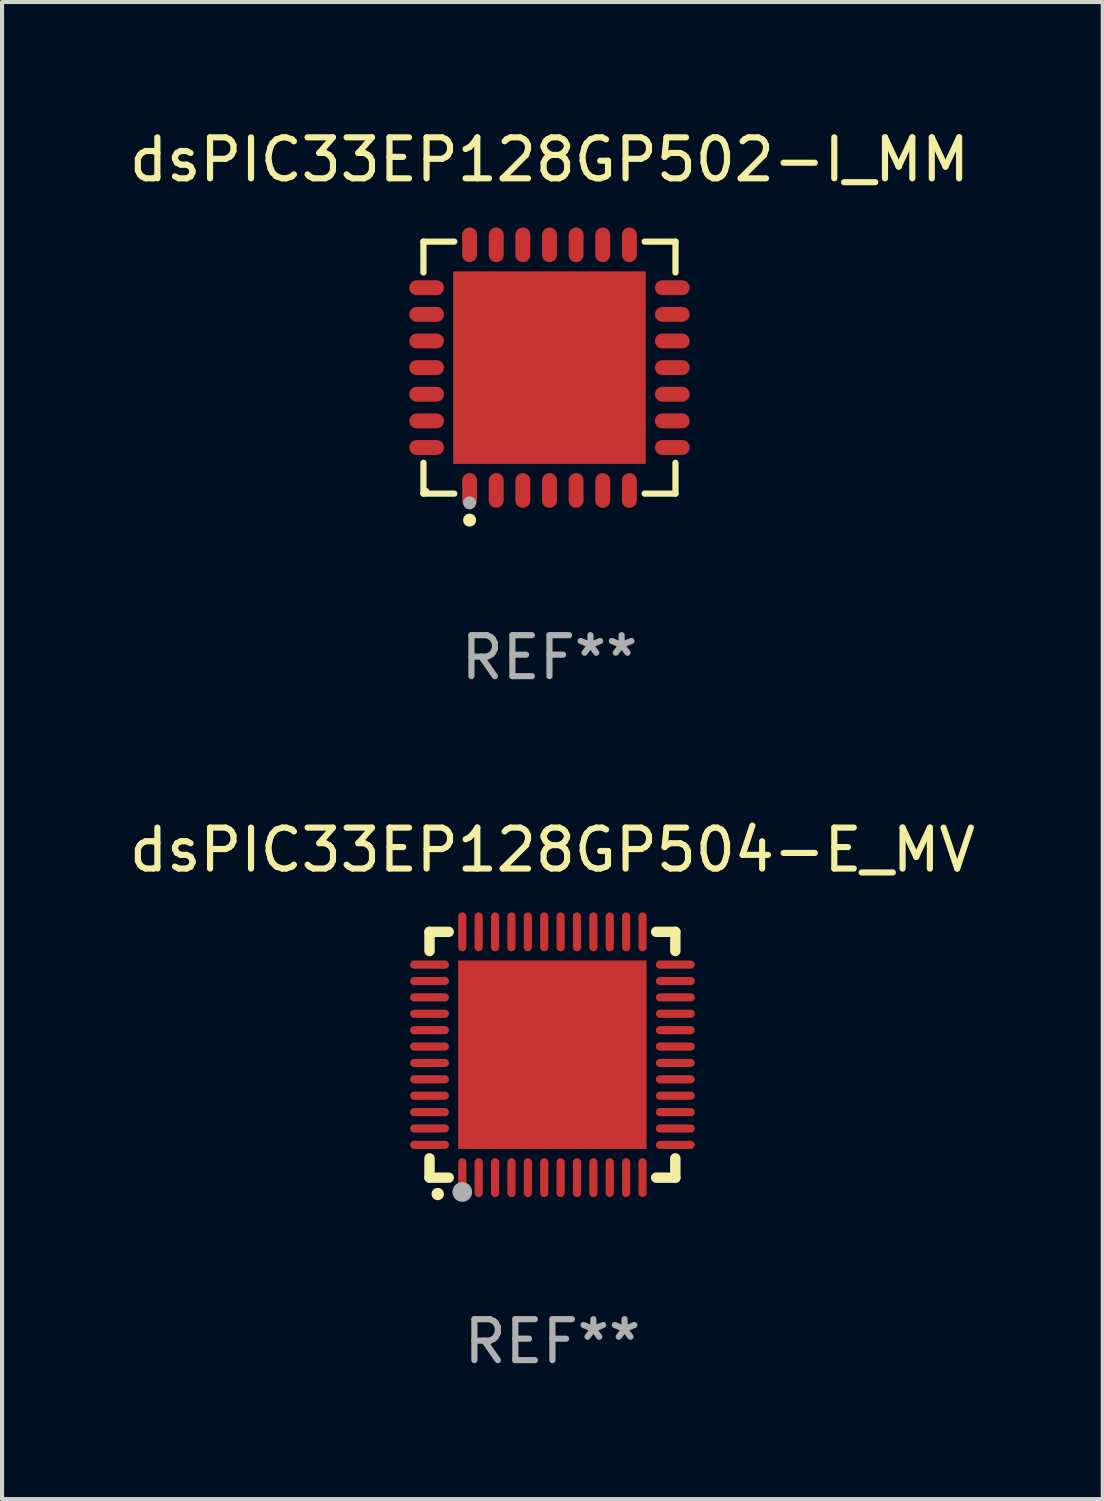
<source format=kicad_pcb>
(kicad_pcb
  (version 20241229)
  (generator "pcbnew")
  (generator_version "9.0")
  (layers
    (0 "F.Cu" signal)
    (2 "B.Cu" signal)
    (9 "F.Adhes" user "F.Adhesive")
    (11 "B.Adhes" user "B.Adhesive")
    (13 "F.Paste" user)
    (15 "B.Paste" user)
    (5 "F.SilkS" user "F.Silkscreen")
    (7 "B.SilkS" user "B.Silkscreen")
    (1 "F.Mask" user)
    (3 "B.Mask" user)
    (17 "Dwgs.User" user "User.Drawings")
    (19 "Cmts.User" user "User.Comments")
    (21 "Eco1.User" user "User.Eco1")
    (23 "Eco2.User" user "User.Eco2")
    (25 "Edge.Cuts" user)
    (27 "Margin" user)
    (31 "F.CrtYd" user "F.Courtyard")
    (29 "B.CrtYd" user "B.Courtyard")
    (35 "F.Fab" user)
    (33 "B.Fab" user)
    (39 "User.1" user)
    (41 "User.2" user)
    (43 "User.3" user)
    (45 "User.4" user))
  (footprint "dsPIC33EP128GP502-I_MM"
    (layer "F.Cu")
    (at 10.363 5.924)
    (property "Reference" "dsPIC33EP128GP502-I_MM" (at 0 -5.076 0) (layer "F.SilkS") (effects (font (size 1 1) (thickness 0.15))))
    (attr through_hole)
    (fp_line (start -3.076 -3.076) (end -2.323 -3.076) (stroke (width 0.152) (type solid)) (layer "F.SilkS"))
    (fp_line (start -3.076 -2.323) (end -3.076 -3.076) (stroke (width 0.152) (type solid)) (layer "F.SilkS"))
    (fp_line (start -3.076 2.323) (end -3.076 3.076) (stroke (width 0.152) (type solid)) (layer "F.SilkS"))
    (fp_line (start -3.076 3.076) (end -2.323 3.076) (stroke (width 0.152) (type solid)) (layer "F.SilkS"))
    (fp_line (start 3.076 -3.076) (end 2.323 -3.076) (stroke (width 0.152) (type solid)) (layer "F.SilkS"))
    (fp_line (start 3.076 -2.323) (end 3.076 -3.076) (stroke (width 0.152) (type solid)) (layer "F.SilkS"))
    (fp_line (start 3.076 2.323) (end 3.076 3.076) (stroke (width 0.152) (type solid)) (layer "F.SilkS"))
    (fp_line (start 3.076 3.076) (end 2.323 3.076) (stroke (width 0.152) (type solid)) (layer "F.SilkS"))
    (fp_circle (center -3 3) (end -2.97 3) (stroke (width 0.06) (type solid)) (fill no) (layer "F.SilkS"))
    (fp_circle (center -1.95 3.722) (end -1.87 3.722) (stroke (width 0.16) (type solid)) (fill no) (layer "F.SilkS"))
    (fp_circle (center -1.95 3.3) (end -1.87 3.3) (stroke (width 0.16) (type solid)) (fill no) (layer "F.Fab"))
    (fp_text user "REF**" (at 0 7.076 0) (layer "F.Fab") (effects (font (size 1 1) (thickness 0.15))))
    (pad "1" smd oval (at -1.95 2.998) (size 0.364 0.847) (layers "F.Cu" "F.Mask" "F.Paste"))
    (pad "2" smd oval (at -1.3 2.998) (size 0.364 0.847) (layers "F.Cu" "F.Mask" "F.Paste"))
    (pad "3" smd oval (at -0.65 2.998) (size 0.364 0.847) (layers "F.Cu" "F.Mask" "F.Paste"))
    (pad "4" smd oval (at 0 2.998) (size 0.364 0.847) (layers "F.Cu" "F.Mask" "F.Paste"))
    (pad "5" smd oval (at 0.65 2.998) (size 0.364 0.847) (layers "F.Cu" "F.Mask" "F.Paste"))
    (pad "6" smd oval (at 1.3 2.998) (size 0.364 0.847) (layers "F.Cu" "F.Mask" "F.Paste"))
    (pad "7" smd oval (at 1.95 2.998) (size 0.364 0.847) (layers "F.Cu" "F.Mask" "F.Paste"))
    (pad "8" smd oval (at 2.998 1.95) (size 0.847 0.364) (layers "F.Cu" "F.Mask" "F.Paste"))
    (pad "9" smd oval (at 2.998 1.3) (size 0.847 0.364) (layers "F.Cu" "F.Mask" "F.Paste"))
    (pad "10" smd oval (at 2.998 0.65) (size 0.847 0.364) (layers "F.Cu" "F.Mask" "F.Paste"))
    (pad "11" smd oval (at 2.998 0) (size 0.847 0.364) (layers "F.Cu" "F.Mask" "F.Paste"))
    (pad "12" smd oval (at 2.998 -0.65) (size 0.847 0.364) (layers "F.Cu" "F.Mask" "F.Paste"))
    (pad "13" smd oval (at 2.998 -1.3) (size 0.847 0.364) (layers "F.Cu" "F.Mask" "F.Paste"))
    (pad "14" smd oval (at 2.998 -1.95) (size 0.847 0.364) (layers "F.Cu" "F.Mask" "F.Paste"))
    (pad "15" smd oval (at 1.95 -2.998) (size 0.364 0.847) (layers "F.Cu" "F.Mask" "F.Paste"))
    (pad "16" smd oval (at 1.3 -2.998) (size 0.364 0.847) (layers "F.Cu" "F.Mask" "F.Paste"))
    (pad "17" smd oval (at 0.65 -2.998) (size 0.364 0.847) (layers "F.Cu" "F.Mask" "F.Paste"))
    (pad "18" smd oval (at 0 -2.998) (size 0.364 0.847) (layers "F.Cu" "F.Mask" "F.Paste"))
    (pad "19" smd oval (at -0.65 -2.998) (size 0.364 0.847) (layers "F.Cu" "F.Mask" "F.Paste"))
    (pad "20" smd oval (at -1.3 -2.998) (size 0.364 0.847) (layers "F.Cu" "F.Mask" "F.Paste"))
    (pad "21" smd oval (at -1.95 -2.998) (size 0.364 0.847) (layers "F.Cu" "F.Mask" "F.Paste"))
    (pad "22" smd oval (at -2.998 -1.95) (size 0.847 0.364) (layers "F.Cu" "F.Mask" "F.Paste"))
    (pad "23" smd oval (at -2.998 -1.3) (size 0.847 0.364) (layers "F.Cu" "F.Mask" "F.Paste"))
    (pad "24" smd oval (at -2.998 -0.65) (size 0.847 0.364) (layers "F.Cu" "F.Mask" "F.Paste"))
    (pad "25" smd oval (at -2.998 0) (size 0.847 0.364) (layers "F.Cu" "F.Mask" "F.Paste"))
    (pad "26" smd oval (at -2.998 0.65) (size 0.847 0.364) (layers "F.Cu" "F.Mask" "F.Paste"))
    (pad "27" smd oval (at -2.998 1.3) (size 0.847 0.364) (layers "F.Cu" "F.Mask" "F.Paste"))
    (pad "28" smd oval (at -2.998 1.95) (size 0.847 0.364) (layers "F.Cu" "F.Mask" "F.Paste"))
    (pad "29" smd rect (at 0 0) (size 4.7 4.7) (layers "F.Cu" "F.Mask" "F.Paste")))
  (footprint "dsPIC33EP128GP504-E_MV"
    (layer "F.Cu")
    (at 10.435 22.697)
    (property "Reference" "dsPIC33EP128GP504-E_MV" (at 0 -5 0) (layer "F.SilkS") (effects (font (size 1 1) (thickness 0.15))))
    (attr through_hole)
    (fp_line (start -3 -3) (end -2.532 -3) (stroke (width 0.254) (type solid)) (layer "F.SilkS"))
    (fp_line (start -3 -2.532) (end -3 -3) (stroke (width 0.254) (type solid)) (layer "F.SilkS"))
    (fp_line (start -3 3) (end -3 2.529) (stroke (width 0.254) (type solid)) (layer "F.SilkS"))
    (fp_line (start -2.532 3) (end -3 3) (stroke (width 0.254) (type solid)) (layer "F.SilkS"))
    (fp_line (start 2.532 -3) (end 3 -3) (stroke (width 0.254) (type solid)) (layer "F.SilkS"))
    (fp_line (start 3 -3) (end 3 -2.532) (stroke (width 0.254) (type solid)) (layer "F.SilkS"))
    (fp_line (start 3 2.529) (end 3 3) (stroke (width 0.254) (type solid)) (layer "F.SilkS"))
    (fp_line (start 3 3) (end 2.532 3) (stroke (width 0.254) (type solid)) (layer "F.SilkS"))
    (fp_arc (start -2.801295 3.400025) (mid -2.800025 3.40002) (end -2.798755 3.400025) (stroke (width 0.3) (type solid)) (layer "F.SilkS"))
    (fp_circle (center -3 3) (end -2.97 3) (stroke (width 0.06) (type solid)) (fill no) (layer "F.SilkS"))
    (fp_circle (center -2.2 3.35) (end -2.08 3.35) (stroke (width 0.24) (type solid)) (fill no) (layer "F.Fab"))
    (fp_text user "REF**" (at 0 7 0) (layer "F.Fab") (effects (font (size 1 1) (thickness 0.15))))
    (pad "1" smd oval (at -2.2 3) (size 0.2 0.95) (layers "F.Cu" "F.Mask" "F.Paste"))
    (pad "2" smd oval (at -1.8 3) (size 0.2 0.95) (layers "F.Cu" "F.Mask" "F.Paste"))
    (pad "3" smd oval (at -1.4 3) (size 0.2 0.95) (layers "F.Cu" "F.Mask" "F.Paste"))
    (pad "4" smd oval (at -1 3) (size 0.2 0.95) (layers "F.Cu" "F.Mask" "F.Paste"))
    (pad "5" smd oval (at -0.6 3) (size 0.2 0.95) (layers "F.Cu" "F.Mask" "F.Paste"))
    (pad "6" smd oval (at -0.2 3) (size 0.2 0.95) (layers "F.Cu" "F.Mask" "F.Paste"))
    (pad "7" smd oval (at 0.2 3) (size 0.2 0.95) (layers "F.Cu" "F.Mask" "F.Paste"))
    (pad "8" smd oval (at 0.6 3) (size 0.2 0.95) (layers "F.Cu" "F.Mask" "F.Paste"))
    (pad "9" smd oval (at 1 3) (size 0.2 0.95) (layers "F.Cu" "F.Mask" "F.Paste"))
    (pad "10" smd oval (at 1.4 3) (size 0.2 0.95) (layers "F.Cu" "F.Mask" "F.Paste"))
    (pad "11" smd oval (at 1.8 3) (size 0.2 0.95) (layers "F.Cu" "F.Mask" "F.Paste"))
    (pad "12" smd oval (at 2.2 3) (size 0.2 0.95) (layers "F.Cu" "F.Mask" "F.Paste"))
    (pad "13" smd oval (at 3 2.2 90) (size 0.2 0.95) (layers "F.Cu" "F.Mask" "F.Paste"))
    (pad "14" smd oval (at 3 1.8 90) (size 0.2 0.95) (layers "F.Cu" "F.Mask" "F.Paste"))
    (pad "15" smd oval (at 3 1.4 90) (size 0.2 0.95) (layers "F.Cu" "F.Mask" "F.Paste"))
    (pad "16" smd oval (at 3 1 90) (size 0.2 0.95) (layers "F.Cu" "F.Mask" "F.Paste"))
    (pad "17" smd oval (at 3 0.6 90) (size 0.2 0.95) (layers "F.Cu" "F.Mask" "F.Paste"))
    (pad "18" smd oval (at 3 0.2 90) (size 0.2 0.95) (layers "F.Cu" "F.Mask" "F.Paste"))
    (pad "19" smd oval (at 3 -0.2 90) (size 0.2 0.95) (layers "F.Cu" "F.Mask" "F.Paste"))
    (pad "20" smd oval (at 3 -0.6 90) (size 0.2 0.95) (layers "F.Cu" "F.Mask" "F.Paste"))
    (pad "21" smd oval (at 3 -1 90) (size 0.2 0.95) (layers "F.Cu" "F.Mask" "F.Paste"))
    (pad "22" smd oval (at 3 -1.4 90) (size 0.2 0.95) (layers "F.Cu" "F.Mask" "F.Paste"))
    (pad "23" smd oval (at 3 -1.8 90) (size 0.2 0.95) (layers "F.Cu" "F.Mask" "F.Paste"))
    (pad "24" smd oval (at 3 -2.2 90) (size 0.2 0.95) (layers "F.Cu" "F.Mask" "F.Paste"))
    (pad "25" smd oval (at 2.2 -3 180) (size 0.2 0.95) (layers "F.Cu" "F.Mask" "F.Paste"))
    (pad "26" smd oval (at 1.8 -3 180) (size 0.2 0.95) (layers "F.Cu" "F.Mask" "F.Paste"))
    (pad "27" smd oval (at 1.4 -3 180) (size 0.2 0.95) (layers "F.Cu" "F.Mask" "F.Paste"))
    (pad "28" smd oval (at 1 -3 180) (size 0.2 0.95) (layers "F.Cu" "F.Mask" "F.Paste"))
    (pad "29" smd oval (at 0.6 -3 180) (size 0.2 0.95) (layers "F.Cu" "F.Mask" "F.Paste"))
    (pad "30" smd oval (at 0.2 -3 180) (size 0.2 0.95) (layers "F.Cu" "F.Mask" "F.Paste"))
    (pad "31" smd oval (at -0.2 -3 180) (size 0.2 0.95) (layers "F.Cu" "F.Mask" "F.Paste"))
    (pad "32" smd oval (at -0.6 -3 180) (size 0.2 0.95) (layers "F.Cu" "F.Mask" "F.Paste"))
    (pad "33" smd oval (at -1 -3 180) (size 0.2 0.95) (layers "F.Cu" "F.Mask" "F.Paste"))
    (pad "34" smd oval (at -1.4 -3 180) (size 0.2 0.95) (layers "F.Cu" "F.Mask" "F.Paste"))
    (pad "35" smd oval (at -1.8 -3 180) (size 0.2 0.95) (layers "F.Cu" "F.Mask" "F.Paste"))
    (pad "36" smd oval (at -2.2 -3 180) (size 0.2 0.95) (layers "F.Cu" "F.Mask" "F.Paste"))
    (pad "37" smd oval (at -3 -2.2 270) (size 0.2 0.95) (layers "F.Cu" "F.Mask" "F.Paste"))
    (pad "38" smd oval (at -3 -1.8 270) (size 0.2 0.95) (layers "F.Cu" "F.Mask" "F.Paste"))
    (pad "39" smd oval (at -3 -1.4 270) (size 0.2 0.95) (layers "F.Cu" "F.Mask" "F.Paste"))
    (pad "40" smd oval (at -3 -1 270) (size 0.2 0.95) (layers "F.Cu" "F.Mask" "F.Paste"))
    (pad "41" smd oval (at -3 -0.6 270) (size 0.2 0.95) (layers "F.Cu" "F.Mask" "F.Paste"))
    (pad "42" smd oval (at -3 -0.2 270) (size 0.2 0.95) (layers "F.Cu" "F.Mask" "F.Paste"))
    (pad "43" smd oval (at -3 0.2 270) (size 0.2 0.95) (layers "F.Cu" "F.Mask" "F.Paste"))
    (pad "44" smd oval (at -3 0.6 270) (size 0.2 0.95) (layers "F.Cu" "F.Mask" "F.Paste"))
    (pad "45" smd oval (at -3 1 270) (size 0.2 0.95) (layers "F.Cu" "F.Mask" "F.Paste"))
    (pad "46" smd oval (at -3 1.4 270) (size 0.2 0.95) (layers "F.Cu" "F.Mask" "F.Paste"))
    (pad "47" smd oval (at -3 1.8 270) (size 0.2 0.95) (layers "F.Cu" "F.Mask" "F.Paste"))
    (pad "48" smd oval (at -3 2.2 270) (size 0.2 0.95) (layers "F.Cu" "F.Mask" "F.Paste"))
    (pad "49" smd rect (at -0.001 -0.001 180) (size 4.6 4.6) (layers "F.Cu" "F.Mask" "F.Paste")))
  (gr_rect
    (start -3 -3)
    (end 23.869 33.545)
    (stroke (width 0.1) (type default))
    (fill no)
    (layer "Edge.Cuts")))
</source>
